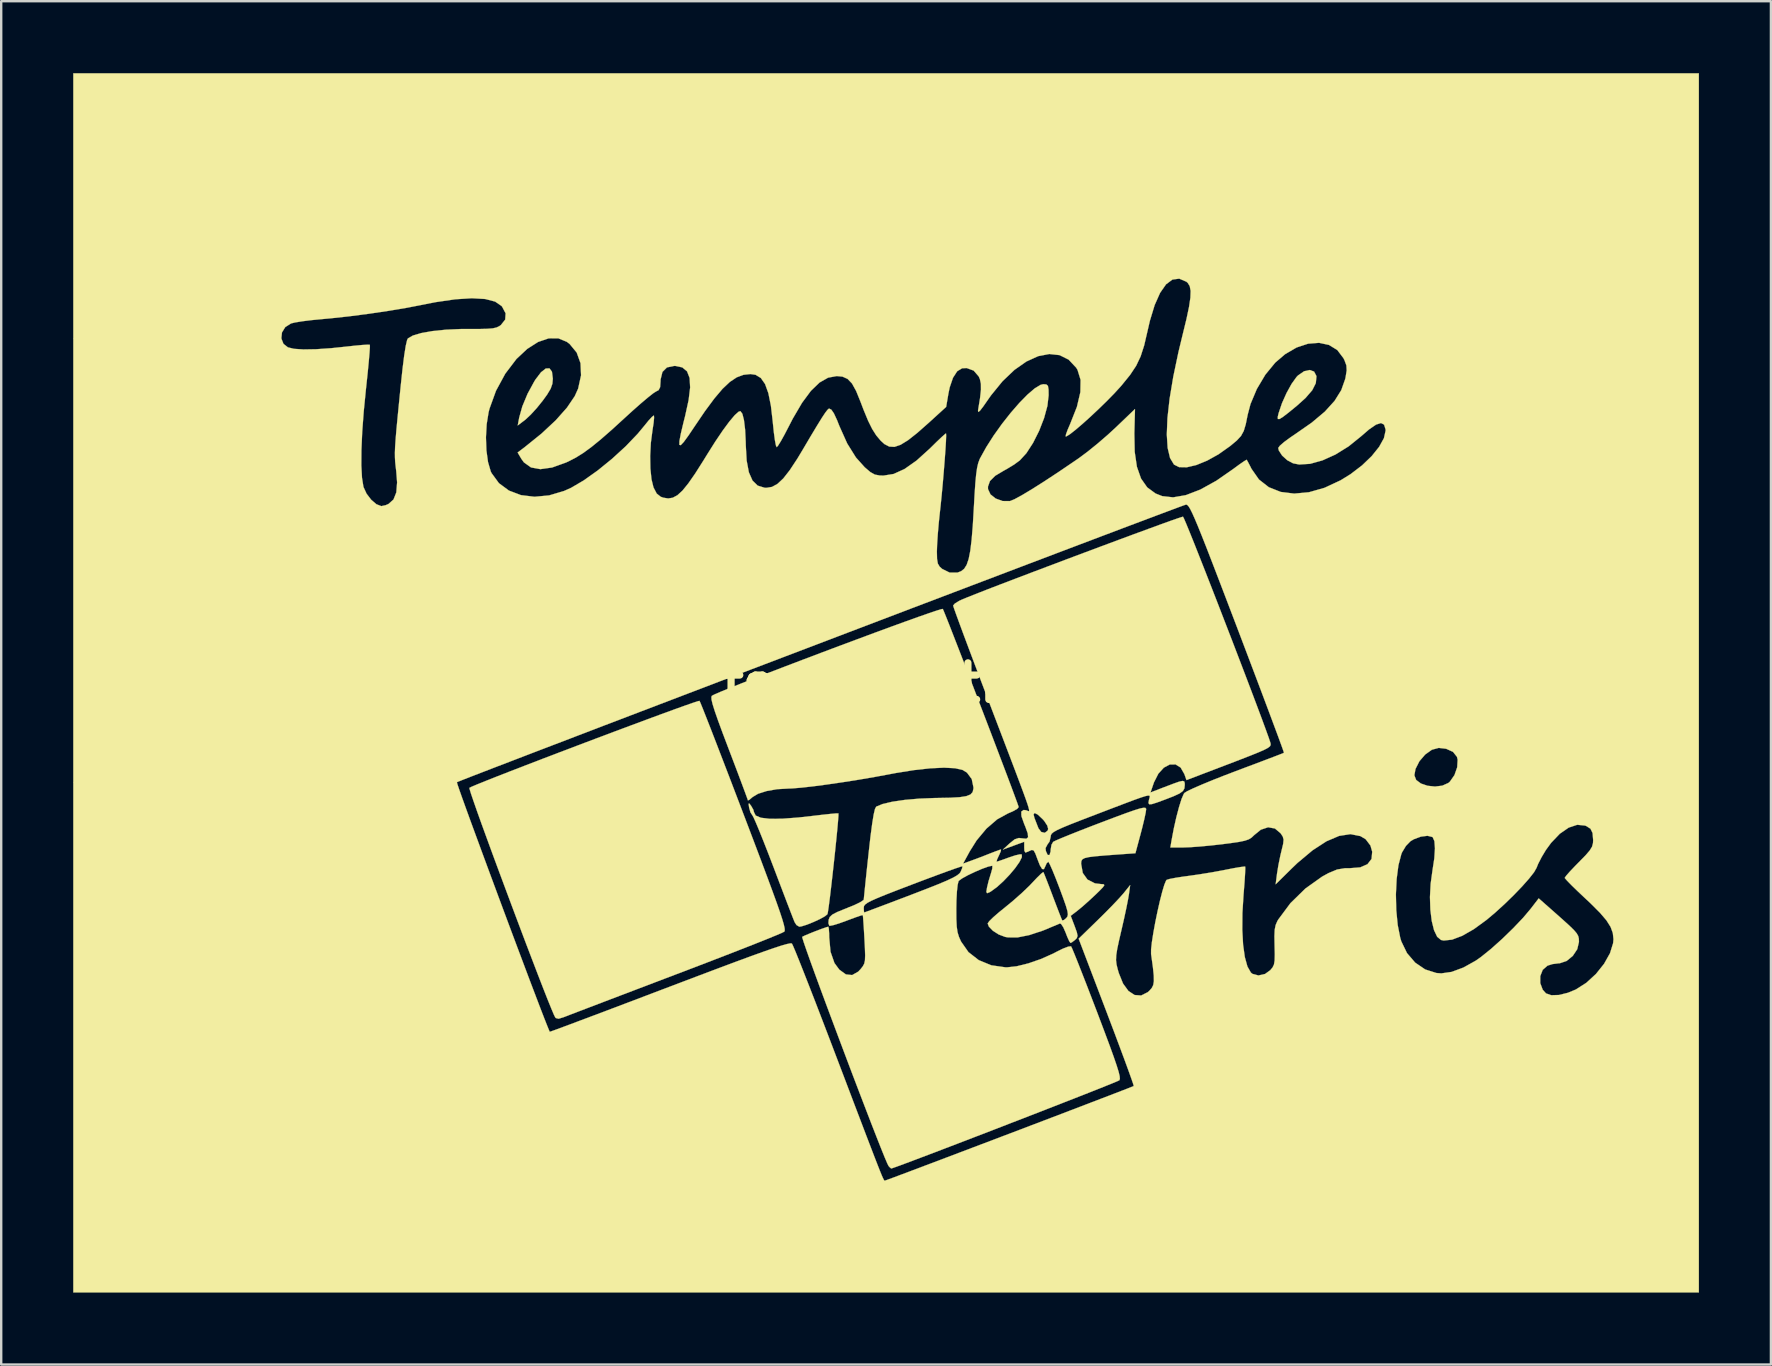
<source format=kicad_pcb>
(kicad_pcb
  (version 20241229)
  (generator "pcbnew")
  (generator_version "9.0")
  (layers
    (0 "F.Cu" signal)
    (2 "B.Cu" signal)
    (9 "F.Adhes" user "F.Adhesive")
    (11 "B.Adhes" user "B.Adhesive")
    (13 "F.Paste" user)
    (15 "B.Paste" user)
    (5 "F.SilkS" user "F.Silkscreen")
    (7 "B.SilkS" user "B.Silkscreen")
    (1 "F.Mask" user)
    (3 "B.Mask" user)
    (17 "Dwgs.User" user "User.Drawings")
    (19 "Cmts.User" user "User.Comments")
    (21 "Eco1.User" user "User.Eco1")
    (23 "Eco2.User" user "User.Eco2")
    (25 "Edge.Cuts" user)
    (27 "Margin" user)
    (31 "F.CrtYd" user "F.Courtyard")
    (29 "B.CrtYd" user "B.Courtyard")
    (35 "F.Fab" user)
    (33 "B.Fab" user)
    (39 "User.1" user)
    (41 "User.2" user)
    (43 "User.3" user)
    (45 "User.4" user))
  (footprint "templetetris"
    (layer "F.Cu")
    (at 33.872 25.405)
    (property "Reference" "templetetris" (at 0 0 0) (layer "F.SilkS") (effects (font (size 1.524 1.524) (thickness 0.3))))
    (attr through_hole)
    (fp_poly (pts (xy -13.922 -12.965) (xy -13.886 -12.674) (xy -13.905 -12.463) (xy -13.976 -12.26) (xy -14.121 -12.017) (xy -14.308 -11.759) (xy -14.55 -11.458) (xy -14.803 -11.181) (xy -15.015 -10.981) (xy -15.038 -10.962) (xy -15.349 -10.726) (xy -15.287 -11.057) (xy -15.156 -11.525) (xy -14.937 -12.05) (xy -14.659 -12.561) (xy -14.612 -12.637) (xy -14.38 -12.942) (xy -14.181 -13.099) (xy -14.024 -13.106) (xy -13.922 -12.965)) (stroke (width 0.01) (type solid)) (fill yes) (layer "F.SilkS"))
    (fp_poly (pts (xy 17.835 -12.972) (xy 17.93 -12.791) (xy 17.933 -12.769) (xy 17.907 -12.49) (xy 17.758 -12.195) (xy 17.474 -11.867) (xy 17.122 -11.551) (xy 16.772 -11.264) (xy 16.534 -11.081) (xy 16.391 -10.994) (xy 16.325 -10.996) (xy 16.32 -11.082) (xy 16.357 -11.24) (xy 16.497 -11.653) (xy 16.686 -12.076) (xy 16.896 -12.457) (xy 17.102 -12.745) (xy 17.166 -12.812) (xy 17.418 -12.985) (xy 17.653 -13.037) (xy 17.835 -12.972)) (stroke (width 0.01) (type solid)) (fill yes) (layer "F.SilkS"))
    (fp_poly (pts (xy -5.627 5.117) (xy -5.53 5.288) (xy -5.503 5.39) (xy -5.432 5.529) (xy -5.215 5.62) (xy -4.849 5.664) (xy -4.331 5.661) (xy -3.656 5.61) (xy -3.055 5.543) (xy -2.655 5.496) (xy -2.322 5.46) (xy -2.089 5.439) (xy -1.987 5.437) (xy -1.986 5.437) (xy -1.985 5.527) (xy -2.002 5.758) (xy -2.032 6.1) (xy -2.074 6.527) (xy -2.124 7.011) (xy -2.179 7.523) (xy -2.236 8.037) (xy -2.292 8.523) (xy -2.343 8.954) (xy -2.388 9.303) (xy -2.423 9.541) (xy -2.443 9.639) (xy -2.546 9.724) (xy -2.756 9.841) (xy -3.024 9.965) (xy -3.296 10.075) (xy -3.52 10.145) (xy -3.615 10.16) (xy -3.733 10.091) (xy -3.811 9.97) (xy -3.863 9.841) (xy -3.965 9.578) (xy -4.11 9.202) (xy -4.287 8.737) (xy -4.489 8.206) (xy -4.692 7.671) (xy -4.908 7.108) (xy -5.108 6.598) (xy -5.283 6.162) (xy -5.426 5.821) (xy -5.527 5.596) (xy -5.576 5.511) (xy -5.651 5.396) (xy -5.706 5.205) (xy -5.729 5.04) (xy -5.704 5.022) (xy -5.627 5.117)) (stroke (width 0.01) (type solid)) (fill yes) (layer "F.SilkS"))
    (fp_poly (pts (xy -7.734 0.836) (xy -7.64 1.067) (xy -7.497 1.429) (xy -7.309 1.908) (xy -7.084 2.489) (xy -6.826 3.159) (xy -6.54 3.903) (xy -6.232 4.709) (xy -5.919 5.529) (xy -5.539 6.529) (xy -5.217 7.382) (xy -4.948 8.101) (xy -4.728 8.696) (xy -4.553 9.178) (xy -4.42 9.56) (xy -4.324 9.853) (xy -4.262 10.068) (xy -4.229 10.216) (xy -4.222 10.31) (xy -4.236 10.36) (xy -4.241 10.366) (xy -4.341 10.416) (xy -4.584 10.52) (xy -4.956 10.672) (xy -5.443 10.867) (xy -6.029 11.097) (xy -6.699 11.358) (xy -7.44 11.644) (xy -8.236 11.949) (xy -8.763 12.149) (xy -9.592 12.464) (xy -10.379 12.764) (xy -11.11 13.042) (xy -11.769 13.293) (xy -12.34 13.511) (xy -12.809 13.69) (xy -13.159 13.824) (xy -13.376 13.908) (xy -13.436 13.931) (xy -13.644 13.995) (xy -13.76 13.967) (xy -13.784 13.942) (xy -13.84 13.831) (xy -13.946 13.58) (xy -14.097 13.208) (xy -14.285 12.731) (xy -14.504 12.166) (xy -14.748 11.529) (xy -15.012 10.838) (xy -15.287 10.109) (xy -15.569 9.358) (xy -15.851 8.603) (xy -16.127 7.861) (xy -16.391 7.148) (xy -16.635 6.48) (xy -16.855 5.876) (xy -17.043 5.35) (xy -17.193 4.921) (xy -17.3 4.605) (xy -17.356 4.419) (xy -17.363 4.375) (xy -17.266 4.326) (xy -17.03 4.226) (xy -16.67 4.081) (xy -16.204 3.896) (xy -15.648 3.679) (xy -15.018 3.436) (xy -14.333 3.172) (xy -13.607 2.895) (xy -12.858 2.611) (xy -12.103 2.325) (xy -11.358 2.045) (xy -10.64 1.777) (xy -9.966 1.526) (xy -9.352 1.299) (xy -8.815 1.103) (xy -8.373 0.944) (xy -8.04 0.828) (xy -7.835 0.762) (xy -7.774 0.749) (xy -7.734 0.836)) (stroke (width 0.01) (type solid)) (fill yes) (layer "F.SilkS"))
    (fp_poly (pts (xy 12.415 -6.844) (xy 12.51 -6.622) (xy 12.653 -6.274) (xy 12.836 -5.819) (xy 13.052 -5.273) (xy 13.297 -4.652) (xy 13.562 -3.974) (xy 13.842 -3.255) (xy 14.129 -2.512) (xy 14.419 -1.762) (xy 14.703 -1.021) (xy 14.976 -0.307) (xy 15.231 0.364) (xy 15.461 0.974) (xy 15.661 1.508) (xy 15.823 1.949) (xy 15.942 2.278) (xy 16.01 2.481) (xy 16.023 2.532) (xy 16.024 2.588) (xy 15.996 2.642) (xy 15.921 2.702) (xy 15.78 2.778) (xy 15.557 2.878) (xy 15.233 3.01) (xy 14.789 3.183) (xy 14.209 3.406) (xy 14.069 3.459) (xy 12.517 4.051) (xy 12.43 3.802) (xy 12.274 3.529) (xy 12.063 3.398) (xy 11.822 3.401) (xy 11.575 3.532) (xy 11.347 3.782) (xy 11.163 4.145) (xy 11.146 4.194) (xy 11.019 4.566) (xy 11.584 4.348) (xy 11.962 4.204) (xy 12.209 4.117) (xy 12.354 4.085) (xy 12.423 4.105) (xy 12.444 4.173) (xy 12.446 4.255) (xy 12.431 4.397) (xy 12.368 4.507) (xy 12.228 4.609) (xy 11.982 4.723) (xy 11.64 4.856) (xy 11.293 4.984) (xy 11.077 5.052) (xy 10.966 5.059) (xy 10.933 5.006) (xy 10.951 4.892) (xy 10.958 4.862) (xy 10.979 4.789) (xy 10.99 4.733) (xy 10.975 4.7) (xy 10.916 4.694) (xy 10.799 4.72) (xy 10.605 4.782) (xy 10.319 4.884) (xy 9.924 5.033) (xy 9.403 5.231) (xy 8.742 5.484) (xy 8.147 5.712) (xy 7.692 5.89) (xy 7.359 6.027) (xy 7.128 6.133) (xy 6.981 6.216) (xy 6.899 6.286) (xy 6.865 6.352) (xy 6.858 6.415) (xy 6.811 6.615) (xy 6.732 6.722) (xy 6.646 6.883) (xy 6.658 7.006) (xy 6.733 7.169) (xy 6.809 7.174) (xy 6.855 7.028) (xy 6.858 6.953) (xy 6.892 6.746) (xy 6.964 6.623) (xy 7.07 6.57) (xy 7.312 6.466) (xy 7.665 6.322) (xy 8.106 6.147) (xy 8.613 5.95) (xy 8.954 5.82) (xy 9.551 5.594) (xy 10.008 5.425) (xy 10.344 5.307) (xy 10.577 5.235) (xy 10.724 5.204) (xy 10.804 5.208) (xy 10.835 5.243) (xy 10.837 5.266) (xy 10.816 5.415) (xy 10.759 5.683) (xy 10.676 6.026) (xy 10.614 6.264) (xy 10.39 7.099) (xy 9.661 7.151) (xy 9.118 7.191) (xy 8.722 7.226) (xy 8.448 7.26) (xy 8.275 7.301) (xy 8.179 7.353) (xy 8.138 7.423) (xy 8.128 7.516) (xy 8.128 7.539) (xy 8.196 7.921) (xy 8.393 8.196) (xy 8.703 8.353) (xy 8.957 8.384) (xy 9.066 8.391) (xy 9.096 8.428) (xy 9.036 8.517) (xy 8.873 8.684) (xy 8.721 8.831) (xy 8.448 9.084) (xy 8.181 9.322) (xy 7.975 9.491) (xy 7.975 9.492) (xy 7.694 9.707) (xy 7.859 10.141) (xy 7.95 10.394) (xy 7.979 10.542) (xy 7.947 10.636) (xy 7.879 10.706) (xy 7.746 10.809) (xy 7.685 10.837) (xy 7.632 10.765) (xy 7.548 10.578) (xy 7.484 10.412) (xy 7.384 10.183) (xy 7.291 10.045) (xy 7.243 10.026) (xy 6.546 10.318) (xy 5.965 10.51) (xy 5.486 10.605) (xy 5.091 10.607) (xy 4.961 10.585) (xy 4.695 10.485) (xy 4.452 10.33) (xy 4.283 10.156) (xy 4.233 10.025) (xy 4.296 9.933) (xy 4.467 9.765) (xy 4.717 9.548) (xy 4.938 9.37) (xy 5.296 9.075) (xy 5.661 8.752) (xy 5.974 8.452) (xy 6.084 8.336) (xy 6.296 8.112) (xy 6.46 7.952) (xy 6.548 7.884) (xy 6.554 7.885) (xy 6.593 7.972) (xy 6.678 8.186) (xy 6.798 8.495) (xy 6.939 8.868) (xy 6.947 8.89) (xy 7.09 9.266) (xy 7.211 9.581) (xy 7.299 9.803) (xy 7.341 9.9) (xy 7.342 9.901) (xy 7.414 9.879) (xy 7.507 9.802) (xy 7.557 9.735) (xy 7.576 9.646) (xy 7.557 9.507) (xy 7.494 9.29) (xy 7.381 8.968) (xy 7.23 8.559) (xy 7.076 8.16) (xy 6.94 7.825) (xy 6.833 7.582) (xy 6.768 7.461) (xy 6.758 7.452) (xy 6.689 7.52) (xy 6.646 7.62) (xy 6.578 7.761) (xy 6.502 7.756) (xy 6.407 7.598) (xy 6.316 7.366) (xy 6.22 7.109) (xy 6.151 6.984) (xy 6.073 6.961) (xy 5.955 7.012) (xy 5.921 7.03) (xy 5.806 7.071) (xy 5.763 6.999) (xy 5.757 6.869) (xy 5.757 6.62) (xy 5.313 6.783) (xy 4.868 6.947) (xy 5.151 6.686) (xy 5.359 6.519) (xy 5.531 6.463) (xy 5.68 6.479) (xy 5.844 6.494) (xy 5.918 6.433) (xy 5.904 6.274) (xy 5.804 5.996) (xy 5.754 5.876) (xy 5.641 5.557) (xy 5.638 5.477) (xy 6.144 5.477) (xy 6.183 5.63) (xy 6.281 5.883) (xy 6.35 6.06) (xy 6.466 6.212) (xy 6.612 6.247) (xy 6.728 6.162) (xy 6.755 6.087) (xy 6.717 5.946) (xy 6.591 5.754) (xy 6.531 5.686) (xy 6.326 5.492) (xy 6.192 5.422) (xy 6.144 5.477) (xy 5.638 5.477) (xy 5.634 5.365) (xy 5.732 5.295) (xy 5.837 5.308) (xy 5.879 5.324) (xy 5.916 5.341) (xy 5.945 5.348) (xy 5.96 5.332) (xy 5.958 5.282) (xy 5.935 5.186) (xy 5.887 5.033) (xy 5.809 4.81) (xy 5.698 4.506) (xy 5.55 4.11) (xy 5.361 3.608) (xy 5.126 2.99) (xy 4.842 2.244) (xy 4.504 1.359) (xy 4.285 0.784) (xy 3.991 0.01) (xy 3.716 -0.717) (xy 3.466 -1.381) (xy 3.247 -1.966) (xy 3.065 -2.458) (xy 2.925 -2.841) (xy 2.833 -3.099) (xy 2.795 -3.217) (xy 2.794 -3.222) (xy 2.865 -3.306) (xy 3.044 -3.416) (xy 3.154 -3.468) (xy 3.382 -3.563) (xy 3.734 -3.703) (xy 4.194 -3.883) (xy 4.744 -4.095) (xy 5.367 -4.333) (xy 6.046 -4.591) (xy 6.765 -4.863) (xy 7.505 -5.142) (xy 8.251 -5.422) (xy 8.984 -5.696) (xy 9.688 -5.958) (xy 10.346 -6.202) (xy 10.94 -6.42) (xy 11.454 -6.608) (xy 11.87 -6.758) (xy 12.172 -6.863) (xy 12.342 -6.918) (xy 12.373 -6.925) (xy 12.415 -6.844)) (stroke (width 0.01) (type solid)) (fill yes) (layer "F.SilkS"))
    (fp_poly (pts (xy 2.403 -2.993) (xy 2.495 -2.766) (xy 2.634 -2.416) (xy 2.811 -1.961) (xy 3.021 -1.422) (xy 3.256 -0.814) (xy 3.509 -0.157) (xy 3.773 0.532) (xy 4.042 1.234) (xy 4.309 1.931) (xy 4.566 2.606) (xy 4.806 3.239) (xy 5.024 3.813) (xy 5.211 4.31) (xy 5.36 4.712) (xy 5.466 5) (xy 5.52 5.156) (xy 5.526 5.174) (xy 5.464 5.249) (xy 5.284 5.351) (xy 5.081 5.438) (xy 4.629 5.686) (xy 4.183 6.071) (xy 3.772 6.564) (xy 3.488 7.017) (xy 3.208 7.531) (xy 3.53 7.415) (xy 3.801 7.315) (xy 4.131 7.188) (xy 4.3 7.121) (xy 4.55 7.024) (xy 4.73 6.959) (xy 4.789 6.943) (xy 4.783 7.008) (xy 4.714 7.168) (xy 4.699 7.197) (xy 4.622 7.366) (xy 4.605 7.449) (xy 4.609 7.451) (xy 4.704 7.423) (xy 4.909 7.352) (xy 5.125 7.273) (xy 5.385 7.187) (xy 5.579 7.144) (xy 5.654 7.149) (xy 5.658 7.264) (xy 5.559 7.462) (xy 5.382 7.714) (xy 5.15 7.991) (xy 4.888 8.265) (xy 4.62 8.508) (xy 4.372 8.689) (xy 4.311 8.724) (xy 4.207 8.765) (xy 4.179 8.705) (xy 4.206 8.532) (xy 4.272 8.257) (xy 4.362 7.961) (xy 4.37 7.938) (xy 4.425 7.739) (xy 4.43 7.628) (xy 4.419 7.62) (xy 4.254 7.656) (xy 3.999 7.748) (xy 3.702 7.875) (xy 3.41 8.014) (xy 3.172 8.145) (xy 3.034 8.245) (xy 3.021 8.261) (xy 2.983 8.411) (xy 2.952 8.691) (xy 2.932 9.061) (xy 2.926 9.398) (xy 2.928 9.84) (xy 2.944 10.156) (xy 2.978 10.39) (xy 3.038 10.586) (xy 3.124 10.778) (xy 3.432 11.218) (xy 3.86 11.552) (xy 4.383 11.768) (xy 4.979 11.853) (xy 5.042 11.853) (xy 5.441 11.809) (xy 5.929 11.688) (xy 6.453 11.506) (xy 6.962 11.28) (xy 7.103 11.206) (xy 7.374 11.072) (xy 7.589 10.99) (xy 7.705 10.977) (xy 7.71 10.981) (xy 7.755 11.073) (xy 7.852 11.306) (xy 7.994 11.659) (xy 8.173 12.115) (xy 8.383 12.653) (xy 8.615 13.257) (xy 8.804 13.75) (xy 9.086 14.497) (xy 9.312 15.102) (xy 9.484 15.578) (xy 9.608 15.941) (xy 9.69 16.206) (xy 9.733 16.387) (xy 9.742 16.499) (xy 9.723 16.557) (xy 9.72 16.559) (xy 9.631 16.601) (xy 9.4 16.697) (xy 9.045 16.84) (xy 8.582 17.024) (xy 8.028 17.242) (xy 7.401 17.487) (xy 6.717 17.754) (xy 5.993 18.036) (xy 5.245 18.325) (xy 4.492 18.617) (xy 3.749 18.903) (xy 3.033 19.178) (xy 2.362 19.435) (xy 1.752 19.667) (xy 1.221 19.868) (xy 0.784 20.032) (xy 0.46 20.152) (xy 0.264 20.221) (xy 0.212 20.235) (xy 0.147 20.18) (xy 0.103 20.13) (xy 0.05 20.023) (xy -0.055 19.778) (xy -0.203 19.411) (xy -0.39 18.938) (xy -0.609 18.377) (xy -0.853 17.744) (xy -1.117 17.055) (xy -1.394 16.329) (xy -1.677 15.58) (xy -1.96 14.827) (xy -2.238 14.085) (xy -2.504 13.372) (xy -2.751 12.705) (xy -2.973 12.099) (xy -3.164 11.572) (xy -3.317 11.14) (xy -3.427 10.821) (xy -3.486 10.631) (xy -3.495 10.583) (xy -3.392 10.531) (xy -3.186 10.444) (xy -2.93 10.342) (xy -2.678 10.247) (xy -2.483 10.18) (xy -2.405 10.16) (xy -2.386 10.236) (xy -2.373 10.433) (xy -2.37 10.604) (xy -2.315 11.204) (xy -2.151 11.674) (xy -1.946 11.952) (xy -1.673 12.148) (xy -1.413 12.175) (xy -1.162 12.033) (xy -1.066 11.932) (xy -0.973 11.815) (xy -0.912 11.704) (xy -0.88 11.563) (xy -0.872 11.356) (xy -0.882 11.047) (xy -0.901 10.683) (xy -0.923 10.294) (xy -0.944 9.974) (xy -0.96 9.756) (xy -0.97 9.675) (xy -1.05 9.694) (xy -1.25 9.762) (xy -1.532 9.866) (xy -1.643 9.908) (xy -1.952 10.02) (xy -2.201 10.096) (xy -2.347 10.124) (xy -2.366 10.12) (xy -2.402 10.016) (xy -2.392 9.869) (xy -2.347 9.755) (xy -2.239 9.655) (xy -2.037 9.549) (xy -1.709 9.415) (xy -1.642 9.39) (xy -1.587 9.367) (xy -0.931 9.367) (xy -0.931 9.368) (xy -0.923 9.521) (xy -0.91 9.567) (xy -0.828 9.538) (xy -0.61 9.457) (xy -0.277 9.332) (xy 0.149 9.171) (xy 0.647 8.982) (xy 1.057 8.826) (xy 1.685 8.584) (xy 2.172 8.391) (xy 2.535 8.238) (xy 2.793 8.116) (xy 2.963 8.018) (xy 3.064 7.935) (xy 3.105 7.876) (xy 3.172 7.716) (xy 3.181 7.64) (xy 3.098 7.662) (xy 2.878 7.736) (xy 2.542 7.856) (xy 2.112 8.014) (xy 1.608 8.202) (xy 1.111 8.39) (xy 0.487 8.629) (xy 0.004 8.817) (xy -0.356 8.964) (xy -0.611 9.077) (xy -0.778 9.166) (xy -0.875 9.238) (xy -0.92 9.302) (xy -0.931 9.367) (xy -1.587 9.367) (xy -1.327 9.261) (xy -1.083 9.143) (xy -0.946 9.053) (xy -0.929 9.027) (xy -0.919 8.918) (xy -0.894 8.667) (xy -0.856 8.299) (xy -0.808 7.839) (xy -0.751 7.314) (xy -0.726 7.08) (xy -0.648 6.39) (xy -0.578 5.861) (xy -0.517 5.485) (xy -0.462 5.253) (xy -0.411 5.157) (xy -0.411 5.157) (xy -0.145 5.047) (xy 0.261 4.952) (xy 0.78 4.876) (xy 1.383 4.823) (xy 2.042 4.797) (xy 2.125 4.796) (xy 2.671 4.786) (xy 3.069 4.763) (xy 3.343 4.72) (xy 3.515 4.652) (xy 3.606 4.552) (xy 3.639 4.414) (xy 3.641 4.354) (xy 3.569 4.007) (xy 3.37 3.739) (xy 3.19 3.629) (xy 2.874 3.556) (xy 2.417 3.533) (xy 1.839 3.56) (xy 1.16 3.635) (xy 0.4 3.757) (xy 0.169 3.801) (xy -0.464 3.918) (xy -1.132 4.033) (xy -1.804 4.139) (xy -2.45 4.233) (xy -3.039 4.311) (xy -3.54 4.367) (xy -3.922 4.398) (xy -4.07 4.403) (xy -4.54 4.43) (xy -4.977 4.507) (xy -5.334 4.62) (xy -5.562 4.757) (xy -5.695 4.87) (xy -5.757 4.899) (xy -5.757 4.896) (xy -5.786 4.808) (xy -5.868 4.584) (xy -5.995 4.243) (xy -6.158 3.807) (xy -6.351 3.298) (xy -6.561 2.746) (xy -6.811 2.086) (xy -7.002 1.567) (xy -7.139 1.174) (xy -7.228 0.889) (xy -7.273 0.698) (xy -7.279 0.585) (xy -7.26 0.539) (xy -7.155 0.484) (xy -6.912 0.378) (xy -6.545 0.227) (xy -6.073 0.039) (xy -5.511 -0.181) (xy -4.878 -0.427) (xy -4.188 -0.691) (xy -3.459 -0.969) (xy -2.708 -1.253) (xy -1.951 -1.538) (xy -1.205 -1.816) (xy -0.487 -2.083) (xy 0.187 -2.331) (xy 0.8 -2.554) (xy 1.335 -2.746) (xy 1.776 -2.9) (xy 2.105 -3.011) (xy 2.306 -3.072) (xy 2.364 -3.081) (xy 2.403 -2.993)) (stroke (width 0.01) (type solid)) (fill yes) (layer "F.SilkS"))
    (fp_poly (pts (xy 33.867 25.4) (xy -33.867 25.4) (xy -33.867 4.139) (xy -17.884 4.139) (xy -17.862 4.222) (xy -17.786 4.447) (xy -17.662 4.798) (xy -17.496 5.259) (xy -17.294 5.815) (xy -17.061 6.449) (xy -16.805 7.145) (xy -16.531 7.887) (xy -16.245 8.659) (xy -15.953 9.445) (xy -15.661 10.229) (xy -15.374 10.995) (xy -15.099 11.726) (xy -14.843 12.407) (xy -14.609 13.022) (xy -14.406 13.555) (xy -14.238 13.989) (xy -14.112 14.308) (xy -14.034 14.498) (xy -14.014 14.539) (xy -13.935 14.513) (xy -13.711 14.432) (xy -13.356 14.3) (xy -12.883 14.123) (xy -12.305 13.906) (xy -11.636 13.654) (xy -10.888 13.371) (xy -10.077 13.063) (xy -9.213 12.735) (xy -9.012 12.659) (xy -7.95 12.256) (xy -7.036 11.911) (xy -6.261 11.621) (xy -5.615 11.383) (xy -5.089 11.194) (xy -4.674 11.05) (xy -4.36 10.947) (xy -4.137 10.884) (xy -3.997 10.855) (xy -3.929 10.858) (xy -3.924 10.862) (xy -3.877 10.958) (xy -3.775 11.198) (xy -3.625 11.568) (xy -3.433 12.053) (xy -3.203 12.64) (xy -2.941 13.313) (xy -2.654 14.06) (xy -2.346 14.864) (xy -2.074 15.579) (xy -1.682 16.609) (xy -1.347 17.493) (xy -1.062 18.241) (xy -0.825 18.864) (xy -0.629 19.374) (xy -0.472 19.783) (xy -0.348 20.101) (xy -0.254 20.34) (xy -0.184 20.511) (xy -0.134 20.625) (xy -0.1 20.694) (xy -0.078 20.729) (xy -0.062 20.742) (xy -0.054 20.743) (xy 0.03 20.714) (xy 0.259 20.63) (xy 0.619 20.495) (xy 1.098 20.315) (xy 1.682 20.094) (xy 2.358 19.839) (xy 3.113 19.553) (xy 3.933 19.242) (xy 4.806 18.911) (xy 5.136 18.786) (xy 6.024 18.448) (xy 6.865 18.128) (xy 7.645 17.83) (xy 8.351 17.56) (xy 8.969 17.323) (xy 9.488 17.124) (xy 9.892 16.968) (xy 10.17 16.86) (xy 10.307 16.805) (xy 10.319 16.799) (xy 10.298 16.716) (xy 10.221 16.492) (xy 10.097 16.145) (xy 9.931 15.691) (xy 9.729 15.149) (xy 9.499 14.534) (xy 9.245 13.865) (xy 9.188 13.714) (xy 8.024 10.659) (xy 8.825 9.88) (xy 9.155 9.554) (xy 9.466 9.236) (xy 9.724 8.962) (xy 9.895 8.768) (xy 9.899 8.763) (xy 10.172 8.424) (xy 10.12 8.805) (xy 10.08 9.036) (xy 10.011 9.385) (xy 9.921 9.804) (xy 9.82 10.247) (xy 9.818 10.256) (xy 9.706 10.737) (xy 9.631 11.09) (xy 9.591 11.349) (xy 9.582 11.552) (xy 9.603 11.734) (xy 9.651 11.931) (xy 9.696 12.088) (xy 9.874 12.529) (xy 10.099 12.838) (xy 10.355 13.006) (xy 10.628 13.027) (xy 10.903 12.889) (xy 10.978 12.821) (xy 11.072 12.713) (xy 11.132 12.592) (xy 11.159 12.428) (xy 11.154 12.191) (xy 11.119 11.852) (xy 11.054 11.38) (xy 11.042 11.299) (xy 11.043 11.105) (xy 11.077 10.797) (xy 11.138 10.408) (xy 11.218 9.971) (xy 11.311 9.52) (xy 11.409 9.088) (xy 11.506 8.708) (xy 11.594 8.414) (xy 11.667 8.239) (xy 11.693 8.207) (xy 11.816 8.17) (xy 12.065 8.122) (xy 12.395 8.071) (xy 12.578 8.047) (xy 13.054 7.979) (xy 13.591 7.892) (xy 14.083 7.801) (xy 14.15 7.787) (xy 14.492 7.72) (xy 14.765 7.674) (xy 14.932 7.653) (xy 14.965 7.655) (xy 14.968 7.745) (xy 14.958 7.972) (xy 14.937 8.304) (xy 14.905 8.709) (xy 14.896 8.816) (xy 14.848 9.589) (xy 14.843 10.294) (xy 14.877 10.913) (xy 14.949 11.426) (xy 15.057 11.818) (xy 15.199 12.068) (xy 15.264 12.124) (xy 15.515 12.192) (xy 15.792 12.129) (xy 16.008 11.973) (xy 16.104 11.858) (xy 16.163 11.736) (xy 16.191 11.566) (xy 16.197 11.306) (xy 16.189 10.951) (xy 16.182 10.556) (xy 16.194 10.284) (xy 16.233 10.09) (xy 16.303 9.928) (xy 16.342 9.862) (xy 16.851 9.177) (xy 17.225 8.812) (xy 21.244 8.812) (xy 21.259 9.467) (xy 21.319 10.087) (xy 21.425 10.623) (xy 21.47 10.772) (xy 21.706 11.259) (xy 22.047 11.657) (xy 22.465 11.941) (xy 22.93 12.089) (xy 23.134 12.105) (xy 23.567 12.043) (xy 24.059 11.861) (xy 24.568 11.577) (xy 24.792 11.42) (xy 25.212 11.081) (xy 25.674 10.667) (xy 26.132 10.222) (xy 26.542 9.791) (xy 26.851 9.425) (xy 27.195 8.979) (xy 27.793 9.506) (xy 28.185 9.854) (xy 28.469 10.111) (xy 28.661 10.298) (xy 28.78 10.438) (xy 28.842 10.55) (xy 28.867 10.658) (xy 28.871 10.781) (xy 28.871 10.797) (xy 28.8 11.099) (xy 28.614 11.378) (xy 28.357 11.588) (xy 28.073 11.683) (xy 28.037 11.684) (xy 27.768 11.718) (xy 27.562 11.783) (xy 27.362 11.957) (xy 27.26 12.218) (xy 27.259 12.512) (xy 27.362 12.786) (xy 27.499 12.939) (xy 27.718 13.015) (xy 28.037 13.005) (xy 28.412 12.913) (xy 28.745 12.775) (xy 29.181 12.496) (xy 29.581 12.128) (xy 29.918 11.706) (xy 30.165 11.266) (xy 30.296 10.844) (xy 30.31 10.681) (xy 30.283 10.424) (xy 30.19 10.169) (xy 30.016 9.894) (xy 29.743 9.575) (xy 29.357 9.189) (xy 29.156 9.001) (xy 28.841 8.704) (xy 28.576 8.447) (xy 28.384 8.251) (xy 28.286 8.139) (xy 28.279 8.124) (xy 28.335 8.041) (xy 28.486 7.868) (xy 28.707 7.635) (xy 28.871 7.468) (xy 29.148 7.185) (xy 29.322 6.982) (xy 29.418 6.824) (xy 29.457 6.675) (xy 29.463 6.549) (xy 29.439 6.255) (xy 29.352 6.077) (xy 29.173 5.964) (xy 29.124 5.945) (xy 28.8 5.913) (xy 28.444 6.031) (xy 28.075 6.285) (xy 27.712 6.665) (xy 27.495 6.962) (xy 27.319 7.255) (xy 27.171 7.543) (xy 27.105 7.707) (xy 27.002 7.889) (xy 26.793 8.155) (xy 26.503 8.482) (xy 26.155 8.844) (xy 25.773 9.216) (xy 25.38 9.574) (xy 25.019 9.878) (xy 24.492 10.262) (xy 24.008 10.539) (xy 23.585 10.699) (xy 23.24 10.736) (xy 23.124 10.713) (xy 22.963 10.579) (xy 22.833 10.305) (xy 22.737 9.919) (xy 22.68 9.45) (xy 22.663 8.924) (xy 22.692 8.37) (xy 22.768 7.815) (xy 22.768 7.814) (xy 22.845 7.309) (xy 22.871 6.895) (xy 22.849 6.595) (xy 22.777 6.431) (xy 22.765 6.422) (xy 22.562 6.372) (xy 22.284 6.407) (xy 21.992 6.515) (xy 21.85 6.6) (xy 21.663 6.793) (xy 21.503 7.057) (xy 21.471 7.134) (xy 21.35 7.596) (xy 21.275 8.172) (xy 21.244 8.812) (xy 17.225 8.812) (xy 17.474 8.568) (xy 18.169 8.073) (xy 18.436 7.926) (xy 18.794 7.777) (xy 19.129 7.721) (xy 19.334 7.721) (xy 19.758 7.688) (xy 20.06 7.555) (xy 20.229 7.335) (xy 20.257 7.036) (xy 20.183 6.777) (xy 19.983 6.514) (xy 19.765 6.385) (xy 19.351 6.303) (xy 18.878 6.376) (xy 18.35 6.601) (xy 17.772 6.976) (xy 17.147 7.499) (xy 16.893 7.743) (xy 16.233 8.394) (xy 16.291 7.944) (xy 16.348 7.593) (xy 16.429 7.197) (xy 16.478 6.992) (xy 16.546 6.709) (xy 16.564 6.532) (xy 16.531 6.406) (xy 16.444 6.273) (xy 16.444 6.272) (xy 16.203 6.068) (xy 15.919 6.017) (xy 15.615 6.118) (xy 15.338 6.344) (xy 15.233 6.444) (xy 15.114 6.519) (xy 14.949 6.576) (xy 14.705 6.627) (xy 14.348 6.679) (xy 14.012 6.722) (xy 13.54 6.775) (xy 13.073 6.819) (xy 12.666 6.848) (xy 12.379 6.858) (xy 11.846 6.858) (xy 11.9 6.54) (xy 11.992 6.055) (xy 12.098 5.586) (xy 12.208 5.17) (xy 12.312 4.839) (xy 12.403 4.628) (xy 12.432 4.586) (xy 12.548 4.513) (xy 12.8 4.393) (xy 13.164 4.235) (xy 13.617 4.048) (xy 14.115 3.852) (xy 22.013 3.852) (xy 22.089 4.046) (xy 22.286 4.193) (xy 22.562 4.287) (xy 22.873 4.32) (xy 23.177 4.283) (xy 23.43 4.17) (xy 23.492 4.117) (xy 23.683 3.844) (xy 23.798 3.516) (xy 23.817 3.203) (xy 23.788 3.082) (xy 23.624 2.875) (xy 23.336 2.745) (xy 23.03 2.709) (xy 22.745 2.785) (xy 22.464 2.985) (xy 22.223 3.266) (xy 22.061 3.586) (xy 22.013 3.852) (xy 14.115 3.852) (xy 14.136 3.844) (xy 14.563 3.681) (xy 15.107 3.476) (xy 15.597 3.292) (xy 16.011 3.135) (xy 16.327 3.014) (xy 16.523 2.938) (xy 16.579 2.915) (xy 16.555 2.834) (xy 16.475 2.609) (xy 16.344 2.252) (xy 16.167 1.776) (xy 15.95 1.194) (xy 15.697 0.52) (xy 15.413 -0.233) (xy 15.103 -1.052) (xy 14.772 -1.925) (xy 14.636 -2.284) (xy 14.24 -3.322) (xy 13.9 -4.212) (xy 13.61 -4.966) (xy 13.367 -5.594) (xy 13.164 -6.108) (xy 12.998 -6.519) (xy 12.864 -6.837) (xy 12.758 -7.074) (xy 12.675 -7.24) (xy 12.61 -7.348) (xy 12.558 -7.407) (xy 12.516 -7.429) (xy 12.492 -7.428) (xy 12.393 -7.394) (xy 12.147 -7.304) (xy 11.762 -7.16) (xy 11.247 -6.967) (xy 10.612 -6.728) (xy 9.867 -6.447) (xy 9.021 -6.127) (xy 8.082 -5.772) (xy 7.061 -5.385) (xy 5.967 -4.97) (xy 4.809 -4.53) (xy 3.597 -4.07) (xy 2.34 -3.592) (xy 1.047 -3.101) (xy -0.272 -2.599) (xy -1.609 -2.09) (xy -2.953 -1.578) (xy -4.295 -1.067) (xy -5.626 -0.56) (xy -6.936 -0.061) (xy -8.216 0.428) (xy -9.458 0.902) (xy -10.65 1.357) (xy -11.785 1.79) (xy -12.852 2.199) (xy -13.842 2.578) (xy -14.747 2.924) (xy -15.556 3.235) (xy -16.26 3.505) (xy -16.85 3.733) (xy -17.316 3.913) (xy -17.649 4.043) (xy -17.84 4.12) (xy -17.884 4.139) (xy -33.867 4.139) (xy -33.867 -14.352) (xy -25.199 -14.352) (xy -25.109 -14.126) (xy -24.924 -13.981) (xy -24.673 -13.92) (xy -24.277 -13.894) (xy -23.754 -13.903) (xy -23.125 -13.946) (xy -22.521 -14.009) (xy -22.135 -14.051) (xy -21.814 -14.081) (xy -21.595 -14.093) (xy -21.511 -14.088) (xy -21.509 -13.997) (xy -21.524 -13.762) (xy -21.554 -13.41) (xy -21.597 -12.964) (xy -21.651 -12.45) (xy -21.672 -12.254) (xy -21.765 -11.316) (xy -21.829 -10.46) (xy -21.862 -9.702) (xy -21.866 -9.058) (xy -21.838 -8.546) (xy -21.78 -8.182) (xy -21.773 -8.155) (xy -21.648 -7.884) (xy -21.455 -7.631) (xy -21.237 -7.444) (xy -21.036 -7.366) (xy -21.028 -7.366) (xy -20.853 -7.404) (xy -20.731 -7.457) (xy -20.525 -7.642) (xy -20.408 -7.936) (xy -20.375 -8.354) (xy -20.411 -8.817) (xy -20.436 -9.024) (xy -20.455 -9.208) (xy -20.465 -9.391) (xy -20.467 -9.594) (xy -20.458 -9.837) (xy -20.437 -10.143) (xy -20.43 -10.232) (xy -16.673 -10.232) (xy -16.654 -9.69) (xy -16.587 -9.202) (xy -16.475 -8.817) (xy -16.439 -8.741) (xy -16.131 -8.32) (xy -15.715 -8.013) (xy -15.213 -7.823) (xy -14.648 -7.755) (xy -14.041 -7.812) (xy -13.415 -7.998) (xy -13.123 -8.129) (xy -12.595 -8.439) (xy -12.013 -8.853) (xy -11.417 -9.338) (xy -10.848 -9.859) (xy -10.348 -10.382) (xy -10.078 -10.707) (xy -9.894 -10.934) (xy -9.75 -11.089) (xy -9.675 -11.142) (xy -9.673 -11.14) (xy -9.667 -11.043) (xy -9.688 -10.826) (xy -9.732 -10.536) (xy -9.734 -10.524) (xy -9.802 -10.001) (xy -9.83 -9.456) (xy -9.821 -8.934) (xy -9.775 -8.484) (xy -9.693 -8.15) (xy -9.689 -8.14) (xy -9.558 -7.889) (xy -9.391 -7.756) (xy -9.283 -7.717) (xy -9.08 -7.685) (xy -8.889 -7.715) (xy -8.695 -7.819) (xy -8.484 -8.012) (xy -8.243 -8.309) (xy -7.956 -8.721) (xy -7.611 -9.265) (xy -7.454 -9.52) (xy -7.117 -10.055) (xy -6.805 -10.517) (xy -6.531 -10.888) (xy -6.306 -11.155) (xy -6.143 -11.301) (xy -6.069 -11.323) (xy -5.988 -11.212) (xy -5.922 -10.95) (xy -5.874 -10.556) (xy -5.849 -10.048) (xy -5.846 -9.906) (xy -5.81 -9.265) (xy -5.718 -8.776) (xy -5.566 -8.431) (xy -5.349 -8.219) (xy -5.062 -8.131) (xy -4.98 -8.128) (xy -4.752 -8.167) (xy -4.524 -8.293) (xy -4.281 -8.521) (xy -4.011 -8.866) (xy -3.697 -9.343) (xy -3.48 -9.704) (xy -3.142 -10.277) (xy -2.878 -10.716) (xy -2.68 -11.037) (xy -2.537 -11.253) (xy -2.441 -11.378) (xy -2.383 -11.428) (xy -2.372 -11.43) (xy -2.279 -11.383) (xy -2.173 -11.228) (xy -2.041 -10.943) (xy -1.949 -10.71) (xy -1.619 -9.974) (xy -1.255 -9.391) (xy -0.891 -8.985) (xy -0.656 -8.784) (xy -0.468 -8.679) (xy -0.261 -8.641) (xy -0.108 -8.637) (xy 0.314 -8.705) (xy 0.77 -8.912) (xy 1.27 -9.264) (xy 1.825 -9.766) (xy 1.853 -9.794) (xy 2.112 -10.049) (xy 2.323 -10.249) (xy 2.46 -10.37) (xy 2.498 -10.395) (xy 2.503 -10.3) (xy 2.495 -10.065) (xy 2.474 -9.721) (xy 2.443 -9.295) (xy 2.405 -8.818) (xy 2.363 -8.319) (xy 2.317 -7.826) (xy 2.271 -7.37) (xy 2.245 -7.137) (xy 2.195 -6.66) (xy 2.154 -6.187) (xy 2.127 -5.773) (xy 2.117 -5.472) (xy 2.117 -5.471) (xy 2.124 -5.163) (xy 2.157 -4.972) (xy 2.232 -4.844) (xy 2.34 -4.747) (xy 2.65 -4.595) (xy 2.974 -4.595) (xy 3.128 -4.654) (xy 3.254 -4.754) (xy 3.357 -4.917) (xy 3.441 -5.161) (xy 3.509 -5.505) (xy 3.565 -5.965) (xy 3.614 -6.561) (xy 3.653 -7.223) (xy 3.688 -7.847) (xy 3.72 -8.327) (xy 3.754 -8.688) (xy 3.792 -8.954) (xy 3.837 -9.151) (xy 3.892 -9.304) (xy 3.916 -9.356) (xy 4.174 -9.822) (xy 4.485 -10.309) (xy 4.83 -10.792) (xy 5.193 -11.252) (xy 5.553 -11.666) (xy 5.893 -12.013) (xy 6.194 -12.271) (xy 6.438 -12.419) (xy 6.551 -12.446) (xy 6.679 -12.435) (xy 6.745 -12.375) (xy 6.77 -12.223) (xy 6.773 -11.982) (xy 6.722 -11.541) (xy 6.583 -11.031) (xy 6.377 -10.502) (xy 6.124 -9.999) (xy 5.847 -9.571) (xy 5.572 -9.271) (xy 5.332 -9.095) (xy 5.034 -8.914) (xy 4.92 -8.852) (xy 4.548 -8.63) (xy 4.329 -8.412) (xy 4.246 -8.179) (xy 4.248 -8.072) (xy 4.35 -7.855) (xy 4.569 -7.681) (xy 4.853 -7.578) (xy 5.151 -7.575) (xy 5.167 -7.578) (xy 5.352 -7.653) (xy 5.658 -7.819) (xy 6.073 -8.068) (xy 6.582 -8.39) (xy 7.171 -8.777) (xy 7.825 -9.221) (xy 8.04 -9.368) (xy 8.397 -9.634) (xy 8.816 -9.973) (xy 9.241 -10.34) (xy 9.564 -10.637) (xy 10.372 -11.411) (xy 10.345 -10.396) (xy 10.36 -9.628) (xy 10.452 -9.004) (xy 10.624 -8.514) (xy 10.882 -8.146) (xy 11.23 -7.891) (xy 11.506 -7.782) (xy 11.96 -7.731) (xy 12.492 -7.823) (xy 13.096 -8.055) (xy 13.764 -8.425) (xy 14.461 -8.909) (xy 14.716 -9.097) (xy 14.913 -9.233) (xy 15.019 -9.296) (xy 15.028 -9.296) (xy 15.076 -9.212) (xy 15.172 -9.029) (xy 15.227 -8.919) (xy 15.538 -8.474) (xy 15.949 -8.153) (xy 16.444 -7.957) (xy 17.007 -7.887) (xy 17.621 -7.944) (xy 18.271 -8.129) (xy 18.942 -8.442) (xy 19.357 -8.699) (xy 19.833 -9.063) (xy 20.235 -9.449) (xy 20.545 -9.835) (xy 20.745 -10.197) (xy 20.815 -10.511) (xy 20.812 -10.568) (xy 20.751 -10.761) (xy 20.623 -10.827) (xy 20.419 -10.763) (xy 20.131 -10.566) (xy 19.797 -10.278) (xy 19.276 -9.857) (xy 18.729 -9.517) (xy 18.184 -9.271) (xy 17.669 -9.128) (xy 17.212 -9.1) (xy 16.96 -9.149) (xy 16.717 -9.278) (xy 16.502 -9.473) (xy 16.365 -9.683) (xy 16.341 -9.79) (xy 16.408 -9.882) (xy 16.588 -10.038) (xy 16.851 -10.231) (xy 17.039 -10.358) (xy 17.737 -10.844) (xy 18.283 -11.303) (xy 18.689 -11.751) (xy 18.968 -12.199) (xy 19.132 -12.663) (xy 19.147 -12.732) (xy 19.193 -13.02) (xy 19.181 -13.228) (xy 19.103 -13.44) (xy 19.058 -13.531) (xy 18.801 -13.87) (xy 18.455 -14.082) (xy 18.042 -14.17) (xy 17.586 -14.134) (xy 17.107 -13.976) (xy 16.629 -13.698) (xy 16.216 -13.345) (xy 15.804 -12.843) (xy 15.449 -12.246) (xy 15.185 -11.619) (xy 15.068 -11.176) (xy 14.988 -10.778) (xy 14.904 -10.498) (xy 14.789 -10.288) (xy 14.614 -10.099) (xy 14.354 -9.882) (xy 14.334 -9.866) (xy 13.853 -9.525) (xy 13.376 -9.26) (xy 12.927 -9.077) (xy 12.53 -8.984) (xy 12.21 -8.99) (xy 11.998 -9.096) (xy 11.833 -9.37) (xy 11.733 -9.791) (xy 11.698 -10.349) (xy 11.725 -11.037) (xy 11.815 -11.844) (xy 11.968 -12.762) (xy 12.182 -13.78) (xy 12.359 -14.513) (xy 12.517 -15.161) (xy 12.624 -15.668) (xy 12.681 -16.053) (xy 12.691 -16.334) (xy 12.653 -16.533) (xy 12.57 -16.667) (xy 12.512 -16.717) (xy 12.216 -16.844) (xy 11.933 -16.806) (xy 11.666 -16.608) (xy 11.418 -16.252) (xy 11.192 -15.744) (xy 10.992 -15.087) (xy 10.887 -14.632) (xy 10.754 -14.06) (xy 10.607 -13.605) (xy 10.42 -13.212) (xy 10.166 -12.83) (xy 9.821 -12.405) (xy 9.769 -12.345) (xy 9.508 -12.06) (xy 9.197 -11.742) (xy 8.857 -11.411) (xy 8.513 -11.088) (xy 8.184 -10.792) (xy 7.894 -10.544) (xy 7.666 -10.365) (xy 7.52 -10.274) (xy 7.482 -10.27) (xy 7.497 -10.358) (xy 7.569 -10.554) (xy 7.671 -10.79) (xy 7.952 -11.502) (xy 8.096 -12.115) (xy 8.105 -12.628) (xy 7.977 -13.043) (xy 7.922 -13.134) (xy 7.607 -13.469) (xy 7.23 -13.657) (xy 6.802 -13.704) (xy 6.337 -13.614) (xy 5.849 -13.392) (xy 5.35 -13.043) (xy 4.854 -12.571) (xy 4.373 -11.981) (xy 4.257 -11.816) (xy 4.046 -11.513) (xy 3.913 -11.341) (xy 3.846 -11.288) (xy 3.831 -11.341) (xy 3.839 -11.397) (xy 3.916 -11.87) (xy 3.953 -12.213) (xy 3.951 -12.463) (xy 3.91 -12.655) (xy 3.86 -12.77) (xy 3.649 -13.013) (xy 3.36 -13.119) (xy 3.17 -13.11) (xy 2.964 -12.986) (xy 2.788 -12.714) (xy 2.651 -12.313) (xy 2.601 -12.073) (xy 2.503 -11.499) (xy 1.781 -10.841) (xy 1.301 -10.417) (xy 0.915 -10.112) (xy 0.604 -9.921) (xy 0.349 -9.834) (xy 0.131 -9.847) (xy -0.068 -9.95) (xy -0.228 -10.097) (xy -0.411 -10.315) (xy -0.578 -10.579) (xy -0.748 -10.921) (xy -0.936 -11.375) (xy -1.065 -11.714) (xy -1.249 -12.166) (xy -1.42 -12.475) (xy -1.602 -12.665) (xy -1.814 -12.761) (xy -2.054 -12.785) (xy -2.416 -12.718) (xy -2.773 -12.515) (xy -3.133 -12.168) (xy -3.502 -11.67) (xy -3.886 -11.015) (xy -4.054 -10.689) (xy -4.232 -10.346) (xy -4.387 -10.067) (xy -4.503 -9.882) (xy -4.558 -9.821) (xy -4.592 -9.9) (xy -4.633 -10.116) (xy -4.676 -10.437) (xy -4.717 -10.83) (xy -4.72 -10.867) (xy -4.799 -11.547) (xy -4.905 -12.071) (xy -5.042 -12.452) (xy -5.218 -12.704) (xy -5.439 -12.838) (xy -5.652 -12.869) (xy -5.941 -12.837) (xy -6.222 -12.733) (xy -6.509 -12.542) (xy -6.817 -12.251) (xy -7.158 -11.848) (xy -7.549 -11.32) (xy -7.963 -10.71) (xy -8.234 -10.307) (xy -8.43 -10.038) (xy -8.555 -9.906) (xy -8.614 -9.918) (xy -8.611 -10.077) (xy -8.552 -10.387) (xy -8.441 -10.854) (xy -8.374 -11.117) (xy -8.228 -11.783) (xy -8.164 -12.31) (xy -8.186 -12.706) (xy -8.294 -12.982) (xy -8.491 -13.146) (xy -8.78 -13.207) (xy -8.829 -13.208) (xy -9.13 -13.145) (xy -9.319 -12.957) (xy -9.396 -12.642) (xy -9.398 -12.566) (xy -9.415 -12.323) (xy -9.479 -12.197) (xy -9.577 -12.147) (xy -9.696 -12.072) (xy -9.913 -11.901) (xy -10.206 -11.654) (xy -10.551 -11.35) (xy -10.868 -11.061) (xy -11.426 -10.551) (xy -11.889 -10.146) (xy -12.279 -9.828) (xy -12.617 -9.581) (xy -12.928 -9.387) (xy -13.232 -9.23) (xy -13.335 -9.183) (xy -13.917 -8.974) (xy -14.404 -8.906) (xy -14.795 -8.977) (xy -15.091 -9.188) (xy -15.196 -9.333) (xy -15.353 -9.599) (xy -15.066 -9.816) (xy -14.355 -10.39) (xy -13.762 -10.944) (xy -13.298 -11.467) (xy -12.973 -11.947) (xy -12.831 -12.262) (xy -12.71 -12.815) (xy -12.732 -13.322) (xy -12.892 -13.765) (xy -13.185 -14.121) (xy -13.301 -14.21) (xy -13.658 -14.358) (xy -14.063 -14.355) (xy -14.5 -14.206) (xy -14.953 -13.917) (xy -15.402 -13.497) (xy -15.868 -12.884) (xy -16.254 -12.173) (xy -16.524 -11.429) (xy -16.562 -11.281) (xy -16.643 -10.779) (xy -16.673 -10.232) (xy -20.43 -10.232) (xy -20.405 -10.533) (xy -20.358 -11.029) (xy -20.297 -11.65) (xy -20.223 -12.39) (xy -20.148 -13.091) (xy -20.079 -13.644) (xy -20.015 -14.044) (xy -19.959 -14.283) (xy -19.926 -14.352) (xy -19.718 -14.473) (xy -19.367 -14.577) (xy -18.899 -14.66) (xy -18.341 -14.717) (xy -17.718 -14.745) (xy -17.427 -14.746) (xy -16.954 -14.746) (xy -16.618 -14.754) (xy -16.388 -14.773) (xy -16.232 -14.809) (xy -16.118 -14.863) (xy -16.051 -14.911) (xy -15.871 -15.138) (xy -15.853 -15.398) (xy -16 -15.676) (xy -16.023 -15.704) (xy -16.291 -15.888) (xy -16.705 -15.996) (xy -17.26 -16.028) (xy -17.951 -15.984) (xy -18.773 -15.864) (xy -19.346 -15.751) (xy -19.992 -15.626) (xy -20.752 -15.499) (xy -21.571 -15.378) (xy -22.393 -15.272) (xy -23.163 -15.189) (xy -23.501 -15.158) (xy -23.927 -15.117) (xy -24.317 -15.069) (xy -24.625 -15.019) (xy -24.794 -14.978) (xy -25.036 -14.825) (xy -25.173 -14.601) (xy -25.199 -14.352) (xy -33.867 -14.352) (xy -33.867 -25.4) (xy 33.867 -25.4) (xy 33.867 25.4)) (stroke (width 0.01) (type solid)) (fill yes) (layer "F.SilkS")))
  (gr_rect
    (start -3 -3)
    (end 70.743 53.81)
    (stroke (width 0.1) (type default))
    (fill no)
    (layer "Edge.Cuts")))
</source>
